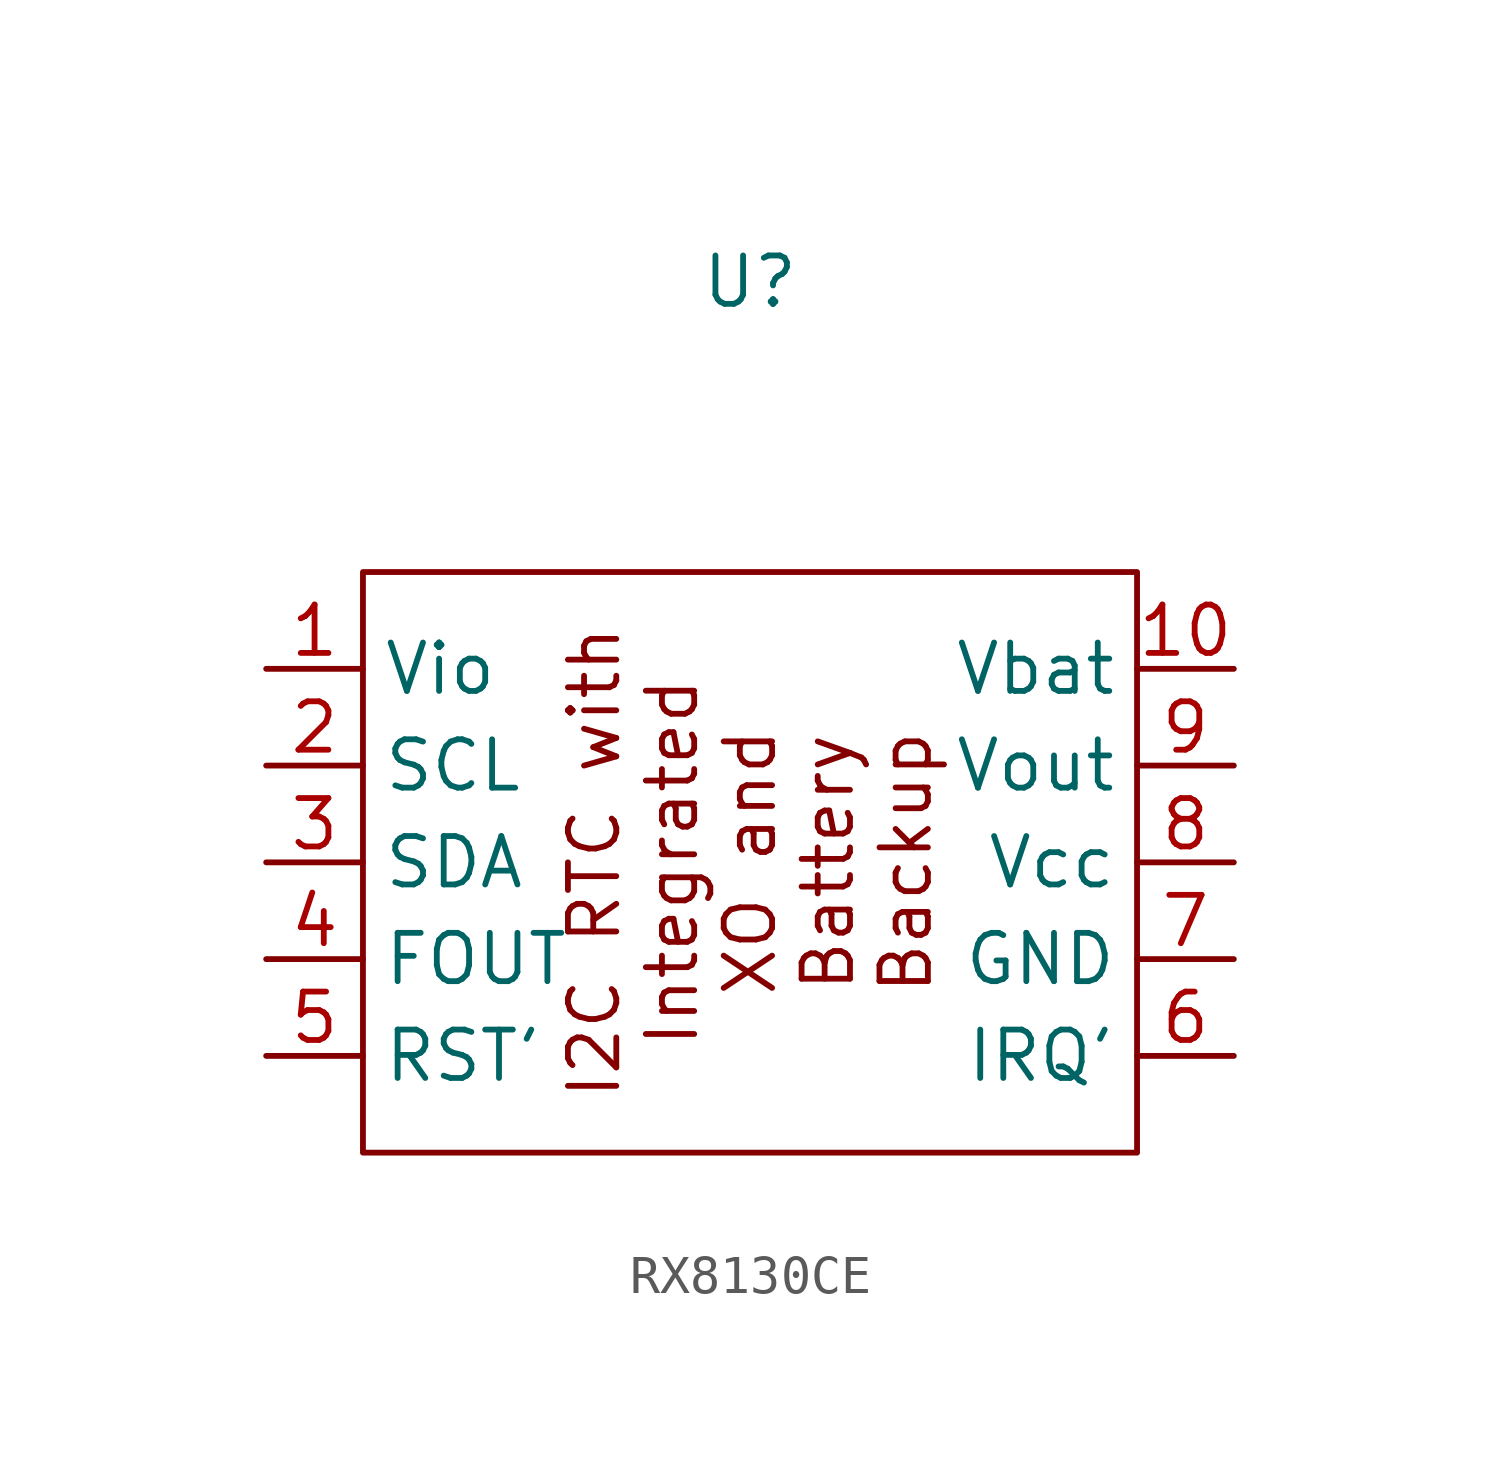
<source format=kicad_sym>
(kicad_symbol_lib
  (version 20220914)
  (generator kicad_symbol_editor)
  (symbol "RX8130CE"
    (property "Reference" "U"
      (at 0 15.24 0)
      (effects (font (size 1.27 1.27))))
    (property "Value" ""
      (at 0 0 0)
      (effects (font (size 1.27 1.27))))
    (symbol "RX8130CE_1_1"
      (text_box "I2C RTC with Integrated XO and Battery Backup" (at -10.16 7.62 90) (size 20.32 -15.24) (stroke (width 0) (type default)) (fill (type color) (color 0 0 0 0)) (effects (font (size 1.27 1.27))))
      (pin input line (at -12.7 5.08 0) (length 2.54) (name "Vio" (effects (font (size 1.27 1.27)))) (number "1" (effects (font (size 1.27 1.27)))))
      (pin input line (at 12.7 5.08 180) (length 2.54) (name "Vbat" (effects (font (size 1.27 1.27)))) (number "10" (effects (font (size 1.27 1.27)))))
      (pin input line (at -12.7 2.54 0) (length 2.54) (name "SCL" (effects (font (size 1.27 1.27)))) (number "2" (effects (font (size 1.27 1.27)))))
      (pin input line (at -12.7 0 0) (length 2.54) (name "SDA" (effects (font (size 1.27 1.27)))) (number "3" (effects (font (size 1.27 1.27)))))
      (pin input line (at -12.7 -2.54 0) (length 2.54) (name "FOUT" (effects (font (size 1.27 1.27)))) (number "4" (effects (font (size 1.27 1.27)))))
      (pin input line (at -12.7 -5.08 0) (length 2.54) (name "RST'" (effects (font (size 1.27 1.27)))) (number "5" (effects (font (size 1.27 1.27)))))
      (pin input line (at 12.7 -5.08 180) (length 2.54) (name "IRQ'" (effects (font (size 1.27 1.27)))) (number "6" (effects (font (size 1.27 1.27)))))
      (pin input line (at 12.7 -2.54 180) (length 2.54) (name "GND" (effects (font (size 1.27 1.27)))) (number "7" (effects (font (size 1.27 1.27)))))
      (pin input line (at 12.7 0 180) (length 2.54) (name "Vcc" (effects (font (size 1.27 1.27)))) (number "8" (effects (font (size 1.27 1.27)))))
      (pin input line (at 12.7 2.54 180) (length 2.54) (name "Vout" (effects (font (size 1.27 1.27)))) (number "9" (effects (font (size 1.27 1.27))))))))
</source>
